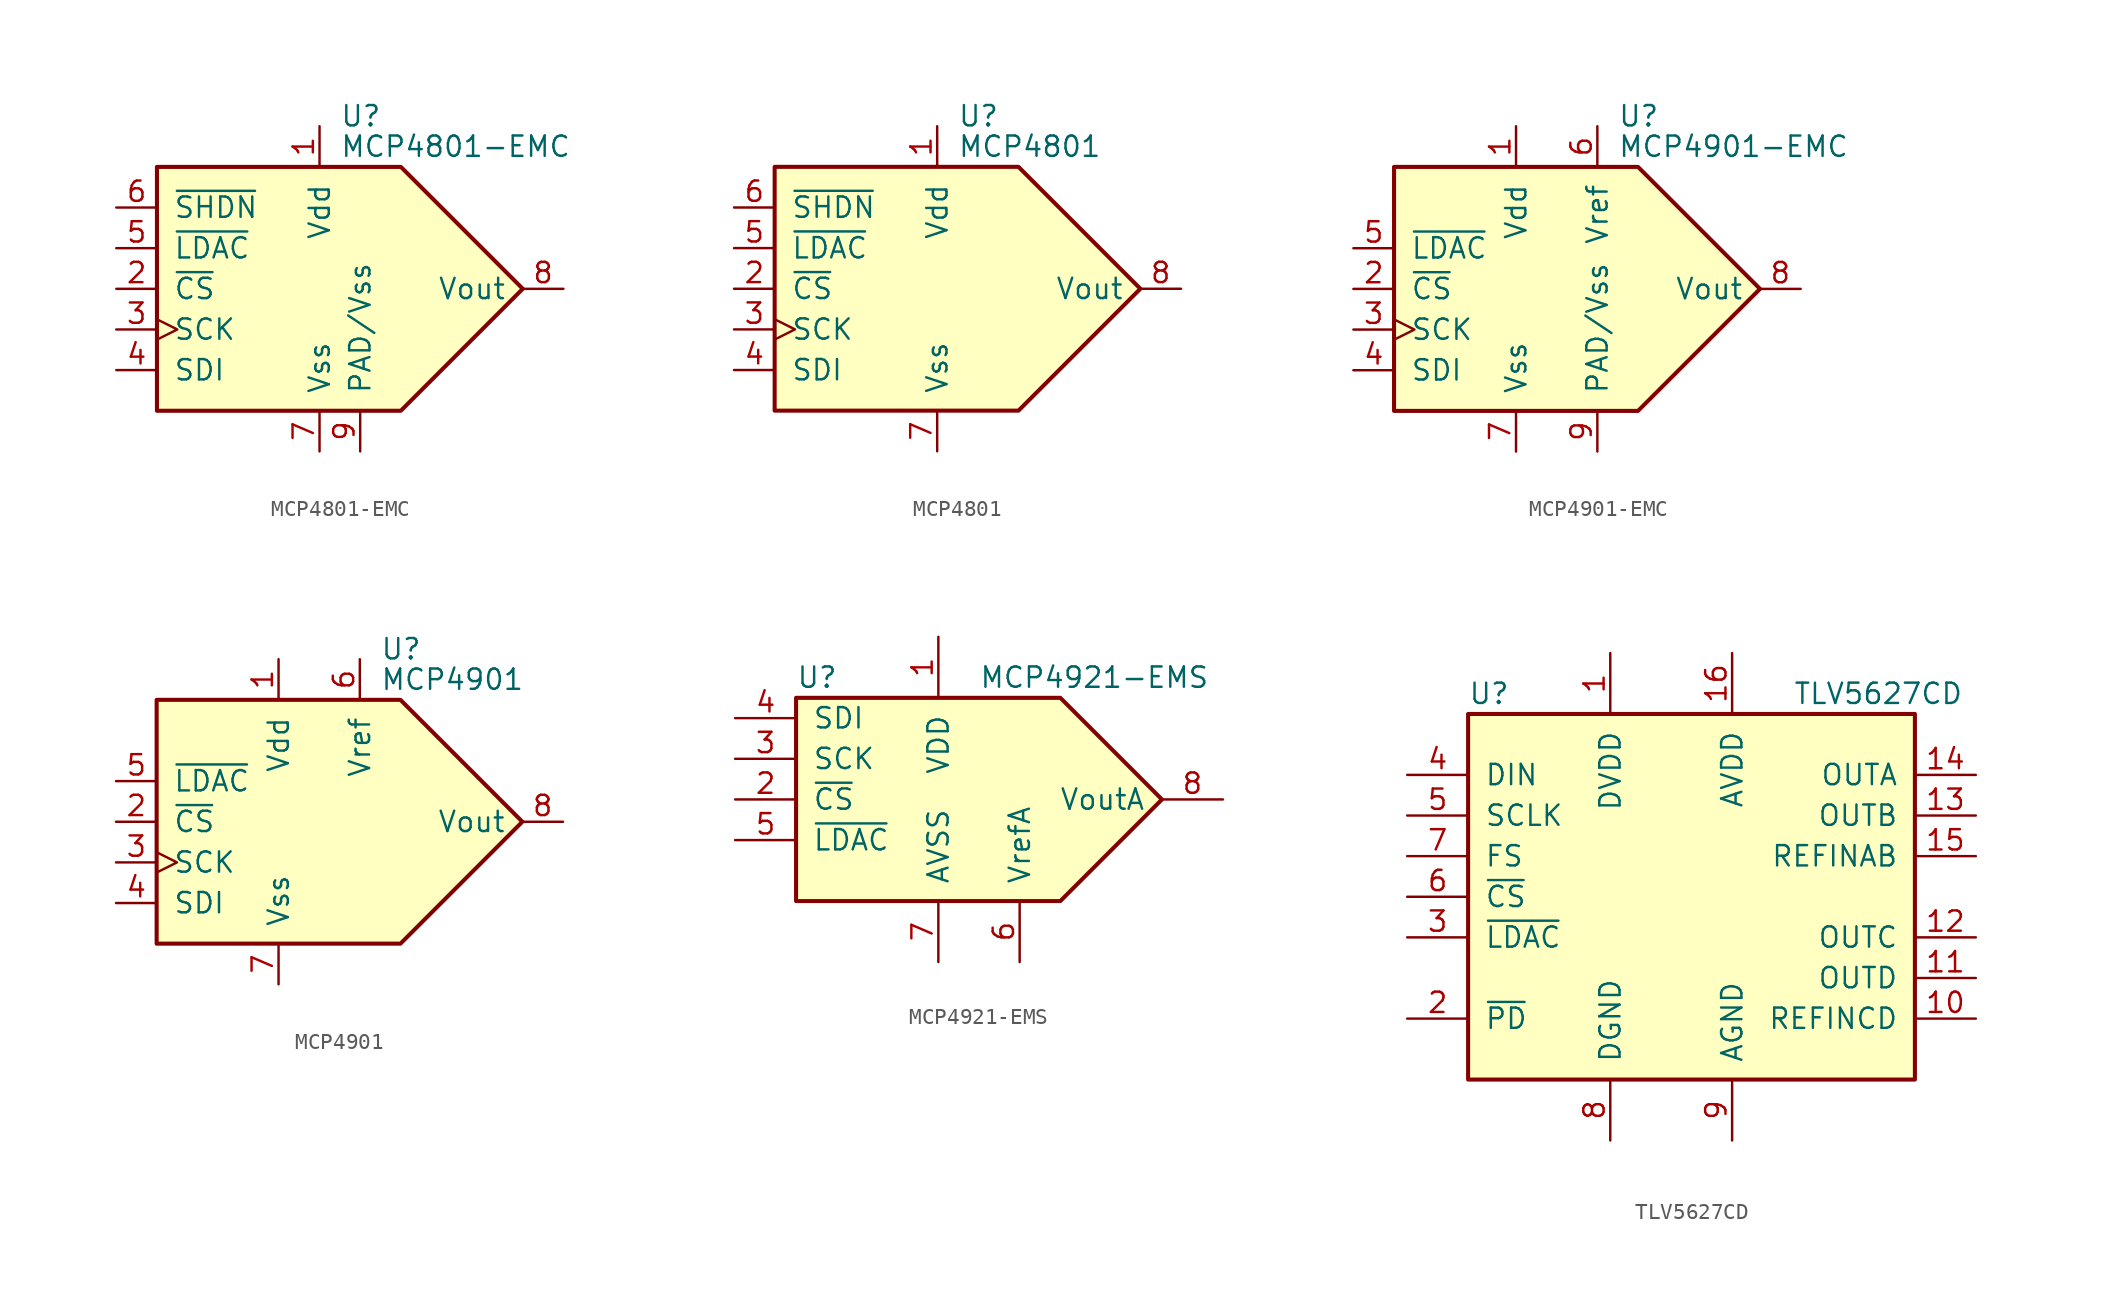
<source format=kicad_sym>
(kicad_symbol_lib
  (version 20201005)
  (generator kicad_symbol_editor)
  (symbol "MCP4801-EMC"
    (pin_names
      (offset 1.016))
    (property "Reference" "U"
      (at 1.27 10.795 0)
      (effects (font (size 1.27 1.27)) (justify left)))
    (property "Value" "MCP4801-EMC"
      (at 1.27 8.89 0)
      (effects (font (size 1.27 1.27)) (justify left)))
    (symbol "MCP4801-EMC_0_0"
      (polyline (pts (xy 12.7 0) (xy 5.08 7.62) (xy -10.16 7.62) (xy -10.16 -7.62) (xy 5.08 -7.62) (xy 12.7 0)) (stroke (width 0.254)) (fill (type background))))
    (symbol "MCP4801-EMC_1_1"
      (pin power_in line (at 0 10.16 270) (length 2.54) (name "Vdd" (effects (font (size 1.27 1.27)))) (number "1" (effects (font (size 1.27 1.27)))))
      (pin input line (at -12.7 0 0) (length 2.54) (name "~CS" (effects (font (size 1.27 1.27)))) (number "2" (effects (font (size 1.27 1.27)))))
      (pin input clock (at -12.7 -2.54 0) (length 2.54) (name "SCK" (effects (font (size 1.27 1.27)))) (number "3" (effects (font (size 1.27 1.27)))))
      (pin input line (at -12.7 -5.08 0) (length 2.54) (name "SDI" (effects (font (size 1.27 1.27)))) (number "4" (effects (font (size 1.27 1.27)))))
      (pin input line (at -12.7 2.54 0) (length 2.54) (name "~LDAC" (effects (font (size 1.27 1.27)))) (number "5" (effects (font (size 1.27 1.27)))))
      (pin input line (at -12.7 5.08 0) (length 2.54) (name "~SHDN" (effects (font (size 1.27 1.27)))) (number "6" (effects (font (size 1.27 1.27)))))
      (pin power_in line (at 0 -10.16 90) (length 2.54) (name "Vss" (effects (font (size 1.27 1.27)))) (number "7" (effects (font (size 1.27 1.27)))))
      (pin output line (at 15.24 0 180) (length 2.54) (name "Vout" (effects (font (size 1.27 1.27)))) (number "8" (effects (font (size 1.27 1.27)))))
      (pin power_in line (at 2.54 -10.16 90) (length 2.54) (name "PAD/Vss" (effects (font (size 1.27 1.27)))) (number "9" (effects (font (size 1.27 1.27)))))))
  (symbol "MCP4801"
    (pin_names
      (offset 1.016))
    (property "Reference" "U"
      (at 1.27 10.795 0)
      (effects (font (size 1.27 1.27)) (justify left)))
    (property "Value" "MCP4801"
      (at 1.27 8.89 0)
      (effects (font (size 1.27 1.27)) (justify left)))
    (symbol "MCP4801_0_0"
      (polyline (pts (xy 12.7 0) (xy 5.08 7.62) (xy -10.16 7.62) (xy -10.16 -7.62) (xy 5.08 -7.62) (xy 12.7 0)) (stroke (width 0.254)) (fill (type background))))
    (symbol "MCP4801_1_1"
      (pin power_in line (at 0 10.16 270) (length 2.54) (name "Vdd" (effects (font (size 1.27 1.27)))) (number "1" (effects (font (size 1.27 1.27)))))
      (pin input line (at -12.7 0 0) (length 2.54) (name "~CS" (effects (font (size 1.27 1.27)))) (number "2" (effects (font (size 1.27 1.27)))))
      (pin input clock (at -12.7 -2.54 0) (length 2.54) (name "SCK" (effects (font (size 1.27 1.27)))) (number "3" (effects (font (size 1.27 1.27)))))
      (pin input line (at -12.7 -5.08 0) (length 2.54) (name "SDI" (effects (font (size 1.27 1.27)))) (number "4" (effects (font (size 1.27 1.27)))))
      (pin input line (at -12.7 2.54 0) (length 2.54) (name "~LDAC" (effects (font (size 1.27 1.27)))) (number "5" (effects (font (size 1.27 1.27)))))
      (pin input line (at -12.7 5.08 0) (length 2.54) (name "~SHDN" (effects (font (size 1.27 1.27)))) (number "6" (effects (font (size 1.27 1.27)))))
      (pin power_in line (at 0 -10.16 90) (length 2.54) (name "Vss" (effects (font (size 1.27 1.27)))) (number "7" (effects (font (size 1.27 1.27)))))
      (pin output line (at 15.24 0 180) (length 2.54) (name "Vout" (effects (font (size 1.27 1.27)))) (number "8" (effects (font (size 1.27 1.27)))))))
  (symbol "MCP4901-EMC"
    (pin_names
      (offset 1.016))
    (property "Reference" "U"
      (at 6.35 10.795 0)
      (effects (font (size 1.27 1.27)) (justify left)))
    (property "Value" "MCP4901-EMC"
      (at 6.35 8.89 0)
      (effects (font (size 1.27 1.27)) (justify left)))
    (symbol "MCP4901-EMC_0_0"
      (polyline (pts (xy 15.24 0) (xy 7.62 7.62) (xy -7.62 7.62) (xy -7.62 -7.62) (xy 7.62 -7.62) (xy 15.24 0)) (stroke (width 0.254)) (fill (type background))))
    (symbol "MCP4901-EMC_1_1"
      (pin power_in line (at 0 10.16 270) (length 2.54) (name "Vdd" (effects (font (size 1.27 1.27)))) (number "1" (effects (font (size 1.27 1.27)))))
      (pin input line (at -10.16 0 0) (length 2.54) (name "~CS" (effects (font (size 1.27 1.27)))) (number "2" (effects (font (size 1.27 1.27)))))
      (pin input clock (at -10.16 -2.54 0) (length 2.54) (name "SCK" (effects (font (size 1.27 1.27)))) (number "3" (effects (font (size 1.27 1.27)))))
      (pin input line (at -10.16 -5.08 0) (length 2.54) (name "SDI" (effects (font (size 1.27 1.27)))) (number "4" (effects (font (size 1.27 1.27)))))
      (pin input line (at -10.16 2.54 0) (length 2.54) (name "~LDAC" (effects (font (size 1.27 1.27)))) (number "5" (effects (font (size 1.27 1.27)))))
      (pin power_in line (at 5.08 10.16 270) (length 2.54) (name "Vref" (effects (font (size 1.27 1.27)))) (number "6" (effects (font (size 1.27 1.27)))))
      (pin power_in line (at 0 -10.16 90) (length 2.54) (name "Vss" (effects (font (size 1.27 1.27)))) (number "7" (effects (font (size 1.27 1.27)))))
      (pin output line (at 17.78 0 180) (length 2.54) (name "Vout" (effects (font (size 1.27 1.27)))) (number "8" (effects (font (size 1.27 1.27)))))
      (pin power_in line (at 5.08 -10.16 90) (length 2.54) (name "PAD/Vss" (effects (font (size 1.27 1.27)))) (number "9" (effects (font (size 1.27 1.27)))))))
  (symbol "MCP4901"
    (pin_names
      (offset 1.016))
    (property "Reference" "U"
      (at 6.35 10.795 0)
      (effects (font (size 1.27 1.27)) (justify left)))
    (property "Value" "MCP4901"
      (at 6.35 8.89 0)
      (effects (font (size 1.27 1.27)) (justify left)))
    (symbol "MCP4901_0_0"
      (polyline (pts (xy 15.24 0) (xy 7.62 7.62) (xy -7.62 7.62) (xy -7.62 -7.62) (xy 7.62 -7.62) (xy 15.24 0)) (stroke (width 0.254)) (fill (type background))))
    (symbol "MCP4901_1_1"
      (pin power_in line (at 0 10.16 270) (length 2.54) (name "Vdd" (effects (font (size 1.27 1.27)))) (number "1" (effects (font (size 1.27 1.27)))))
      (pin input line (at -10.16 0 0) (length 2.54) (name "~CS" (effects (font (size 1.27 1.27)))) (number "2" (effects (font (size 1.27 1.27)))))
      (pin input clock (at -10.16 -2.54 0) (length 2.54) (name "SCK" (effects (font (size 1.27 1.27)))) (number "3" (effects (font (size 1.27 1.27)))))
      (pin input line (at -10.16 -5.08 0) (length 2.54) (name "SDI" (effects (font (size 1.27 1.27)))) (number "4" (effects (font (size 1.27 1.27)))))
      (pin input line (at -10.16 2.54 0) (length 2.54) (name "~LDAC" (effects (font (size 1.27 1.27)))) (number "5" (effects (font (size 1.27 1.27)))))
      (pin power_in line (at 5.08 10.16 270) (length 2.54) (name "Vref" (effects (font (size 1.27 1.27)))) (number "6" (effects (font (size 1.27 1.27)))))
      (pin power_in line (at 0 -10.16 90) (length 2.54) (name "Vss" (effects (font (size 1.27 1.27)))) (number "7" (effects (font (size 1.27 1.27)))))
      (pin output line (at 17.78 0 180) (length 2.54) (name "Vout" (effects (font (size 1.27 1.27)))) (number "8" (effects (font (size 1.27 1.27)))))))
  (symbol "MCP4921-EMS"
    (pin_names
      (offset 1.016))
    (property "Reference" "U"
      (at -11.43 7.62 0)
      (effects (font (size 1.27 1.27)) (justify left)))
    (property "Value" "MCP4921-EMS"
      (at 0 7.62 0)
      (effects (font (size 1.27 1.27)) (justify left)))
    (symbol "MCP4921-EMS_0_1"
      (polyline (pts (xy -11.43 6.35) (xy 5.08 6.35) (xy 11.43 0) (xy 5.08 -6.35) (xy -11.43 -6.35) (xy -11.43 6.35)) (stroke (width 0.254)) (fill (type background))))
    (symbol "MCP4921-EMS_1_1"
      (pin power_in line (at -2.54 10.16 270) (length 3.81) (name "VDD" (effects (font (size 1.27 1.27)))) (number "1" (effects (font (size 1.27 1.27)))))
      (pin input line (at -15.24 0 0) (length 3.81) (name "~CS~" (effects (font (size 1.27 1.27)))) (number "2" (effects (font (size 1.27 1.27)))))
      (pin input line (at -15.24 2.54 0) (length 3.81) (name "SCK" (effects (font (size 1.27 1.27)))) (number "3" (effects (font (size 1.27 1.27)))))
      (pin input line (at -15.24 5.08 0) (length 3.81) (name "SDI" (effects (font (size 1.27 1.27)))) (number "4" (effects (font (size 1.27 1.27)))))
      (pin input line (at -15.24 -2.54 0) (length 3.81) (name "~LDAC~" (effects (font (size 1.27 1.27)))) (number "5" (effects (font (size 1.27 1.27)))))
      (pin passive line (at 2.54 -10.16 90) (length 3.81) (name "VrefA" (effects (font (size 1.27 1.27)))) (number "6" (effects (font (size 1.27 1.27)))))
      (pin power_in line (at -2.54 -10.16 90) (length 3.81) (name "AVSS" (effects (font (size 1.27 1.27)))) (number "7" (effects (font (size 1.27 1.27)))))
      (pin passive line (at 15.24 0 180) (length 3.81) (name "VoutA" (effects (font (size 1.27 1.27)))) (number "8" (effects (font (size 1.27 1.27)))))))
  (symbol "TLV5627CD"
    (pin_names
      (offset 1.016))
    (property "Reference" "U"
      (at -13.97 12.7 0)
      (effects (font (size 1.27 1.27)) (justify left)))
    (property "Value" "TLV5627CD"
      (at 6.35 12.7 0)
      (effects (font (size 1.27 1.27)) (justify left)))
    (symbol "TLV5627CD_0_1"
      (rectangle (start -13.97 11.43) (end 13.97 -11.43) (stroke (width 0.254)) (fill (type background))))
    (symbol "TLV5627CD_1_1"
      (pin power_in line (at -5.08 15.24 270) (length 3.81) (name "DVDD" (effects (font (size 1.27 1.27)))) (number "1" (effects (font (size 1.27 1.27)))))
      (pin input line (at 17.78 -7.62 180) (length 3.81) (name "REFINCD" (effects (font (size 1.27 1.27)))) (number "10" (effects (font (size 1.27 1.27)))))
      (pin output line (at 17.78 -5.08 180) (length 3.81) (name "OUTD" (effects (font (size 1.27 1.27)))) (number "11" (effects (font (size 1.27 1.27)))))
      (pin output line (at 17.78 -2.54 180) (length 3.81) (name "OUTC" (effects (font (size 1.27 1.27)))) (number "12" (effects (font (size 1.27 1.27)))))
      (pin output line (at 17.78 5.08 180) (length 3.81) (name "OUTB" (effects (font (size 1.27 1.27)))) (number "13" (effects (font (size 1.27 1.27)))))
      (pin output line (at 17.78 7.62 180) (length 3.81) (name "OUTA" (effects (font (size 1.27 1.27)))) (number "14" (effects (font (size 1.27 1.27)))))
      (pin input line (at 17.78 2.54 180) (length 3.81) (name "REFINAB" (effects (font (size 1.27 1.27)))) (number "15" (effects (font (size 1.27 1.27)))))
      (pin power_in line (at 2.54 15.24 270) (length 3.81) (name "AVDD" (effects (font (size 1.27 1.27)))) (number "16" (effects (font (size 1.27 1.27)))))
      (pin input line (at -17.78 -7.62 0) (length 3.81) (name "~PD" (effects (font (size 1.27 1.27)))) (number "2" (effects (font (size 1.27 1.27)))))
      (pin input line (at -17.78 -2.54 0) (length 3.81) (name "~LDAC" (effects (font (size 1.27 1.27)))) (number "3" (effects (font (size 1.27 1.27)))))
      (pin input line (at -17.78 7.62 0) (length 3.81) (name "DIN" (effects (font (size 1.27 1.27)))) (number "4" (effects (font (size 1.27 1.27)))))
      (pin input line (at -17.78 5.08 0) (length 3.81) (name "SCLK" (effects (font (size 1.27 1.27)))) (number "5" (effects (font (size 1.27 1.27)))))
      (pin input line (at -17.78 0 0) (length 3.81) (name "~CS" (effects (font (size 1.27 1.27)))) (number "6" (effects (font (size 1.27 1.27)))))
      (pin input line (at -17.78 2.54 0) (length 3.81) (name "FS" (effects (font (size 1.27 1.27)))) (number "7" (effects (font (size 1.27 1.27)))))
      (pin power_in line (at -5.08 -15.24 90) (length 3.81) (name "DGND" (effects (font (size 1.27 1.27)))) (number "8" (effects (font (size 1.27 1.27)))))
      (pin power_in line (at 2.54 -15.24 90) (length 3.81) (name "AGND" (effects (font (size 1.27 1.27)))) (number "9" (effects (font (size 1.27 1.27))))))))
</source>
